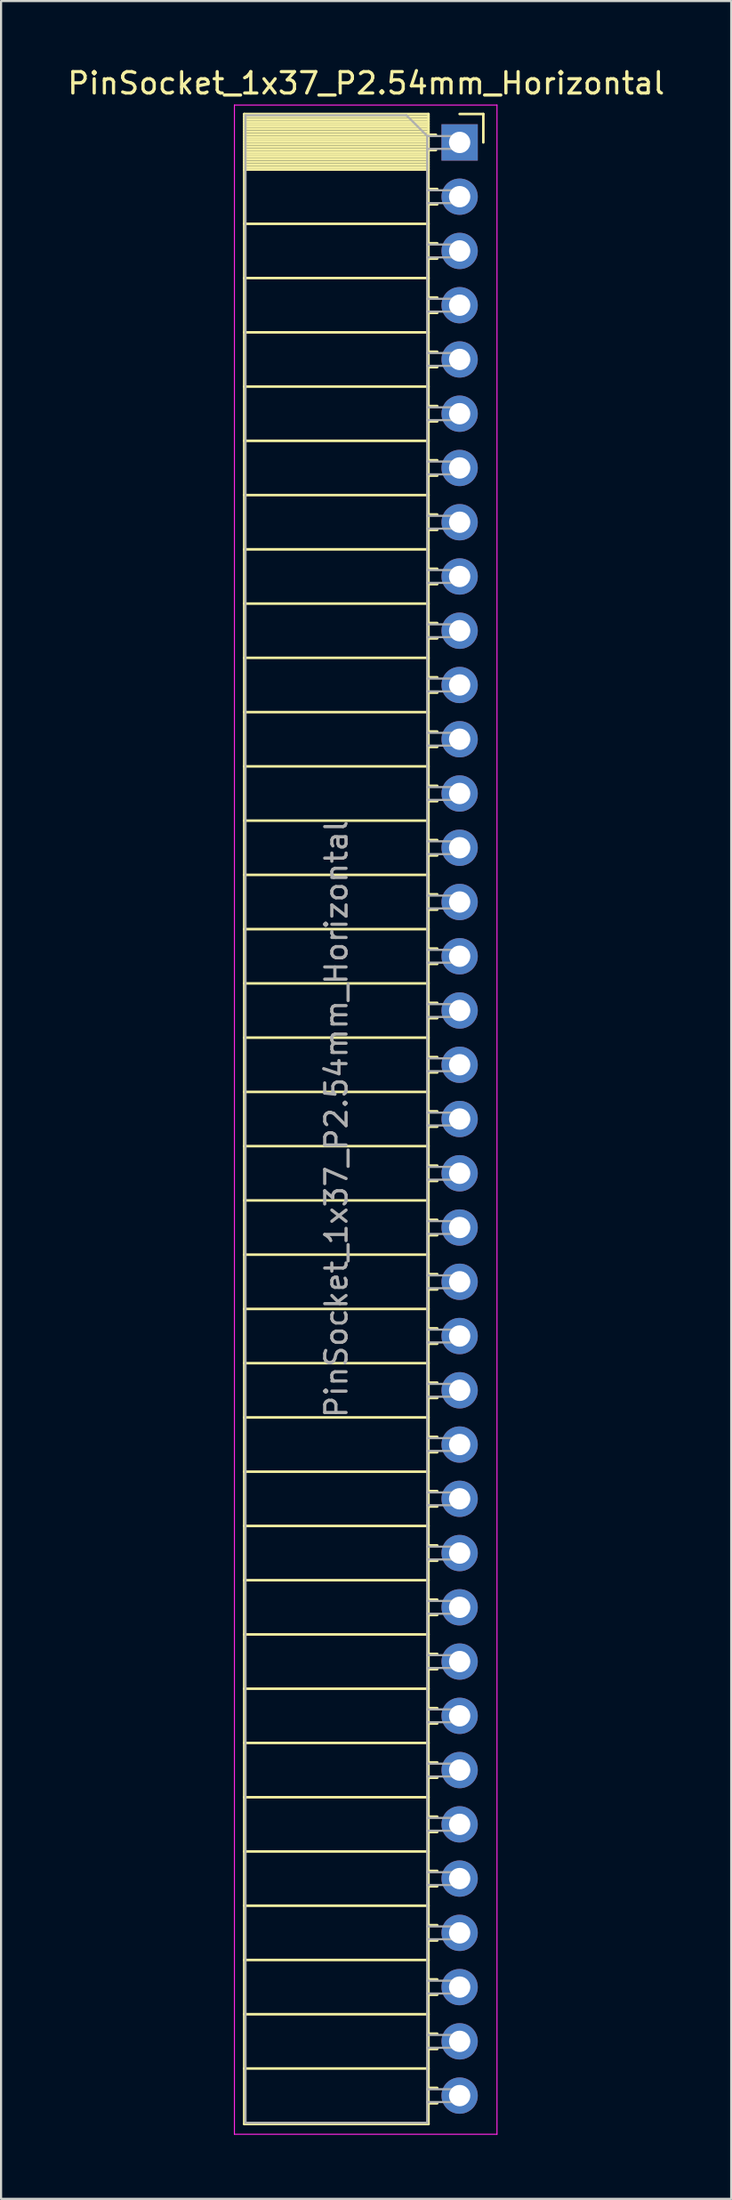
<source format=kicad_pcb>
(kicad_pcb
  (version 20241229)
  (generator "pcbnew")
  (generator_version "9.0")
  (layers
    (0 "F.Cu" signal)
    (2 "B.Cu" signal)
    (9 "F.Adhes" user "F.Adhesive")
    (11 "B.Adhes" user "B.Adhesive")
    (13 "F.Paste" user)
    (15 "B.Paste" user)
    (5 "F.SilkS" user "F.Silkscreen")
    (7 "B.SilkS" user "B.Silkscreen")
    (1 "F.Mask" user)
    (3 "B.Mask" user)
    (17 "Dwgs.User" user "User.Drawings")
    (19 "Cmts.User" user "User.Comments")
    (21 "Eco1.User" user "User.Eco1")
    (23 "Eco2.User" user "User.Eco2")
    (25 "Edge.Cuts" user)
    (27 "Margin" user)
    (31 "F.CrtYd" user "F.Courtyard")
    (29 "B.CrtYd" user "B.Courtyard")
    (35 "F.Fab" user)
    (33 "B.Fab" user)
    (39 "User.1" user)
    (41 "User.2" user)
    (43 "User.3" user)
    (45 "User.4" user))
  (footprint "PinSocket_1x37_P2.54mm_Horizontal"
    (layer "F.Cu")
    (at 18.481 3.618)
    (property "Reference" "PinSocket_1x37_P2.54mm_Horizontal" (at -4.38 -2.77 0) (layer "F.SilkS") (effects (font (size 1 1) (thickness 0.15))))
    (attr through_hole)
    (fp_line (start -10.09 -1.33) (end -10.09 92.77) (stroke (width 0.12) (type solid)) (layer "F.SilkS"))
    (fp_line (start -10.09 -1.33) (end -1.46 -1.33) (stroke (width 0.12) (type solid)) (layer "F.SilkS"))
    (fp_line (start -10.09 -1.21) (end -1.46 -1.21) (stroke (width 0.12) (type solid)) (layer "F.SilkS"))
    (fp_line (start -10.09 -1.092) (end -1.46 -1.092) (stroke (width 0.12) (type solid)) (layer "F.SilkS"))
    (fp_line (start -10.09 -0.974) (end -1.46 -0.974) (stroke (width 0.12) (type solid)) (layer "F.SilkS"))
    (fp_line (start -10.09 -0.856) (end -1.46 -0.856) (stroke (width 0.12) (type solid)) (layer "F.SilkS"))
    (fp_line (start -10.09 -0.738) (end -1.46 -0.738) (stroke (width 0.12) (type solid)) (layer "F.SilkS"))
    (fp_line (start -10.09 -0.62) (end -1.46 -0.62) (stroke (width 0.12) (type solid)) (layer "F.SilkS"))
    (fp_line (start -10.09 -0.501) (end -1.46 -0.501) (stroke (width 0.12) (type solid)) (layer "F.SilkS"))
    (fp_line (start -10.09 -0.383) (end -1.46 -0.383) (stroke (width 0.12) (type solid)) (layer "F.SilkS"))
    (fp_line (start -10.09 -0.265) (end -1.46 -0.265) (stroke (width 0.12) (type solid)) (layer "F.SilkS"))
    (fp_line (start -10.09 -0.147) (end -1.46 -0.147) (stroke (width 0.12) (type solid)) (layer "F.SilkS"))
    (fp_line (start -10.09 -0.029) (end -1.46 -0.029) (stroke (width 0.12) (type solid)) (layer "F.SilkS"))
    (fp_line (start -10.09 0.089) (end -1.46 0.089) (stroke (width 0.12) (type solid)) (layer "F.SilkS"))
    (fp_line (start -10.09 0.207) (end -1.46 0.207) (stroke (width 0.12) (type solid)) (layer "F.SilkS"))
    (fp_line (start -10.09 0.325) (end -1.46 0.325) (stroke (width 0.12) (type solid)) (layer "F.SilkS"))
    (fp_line (start -10.09 0.443) (end -1.46 0.443) (stroke (width 0.12) (type solid)) (layer "F.SilkS"))
    (fp_line (start -10.09 0.561) (end -1.46 0.561) (stroke (width 0.12) (type solid)) (layer "F.SilkS"))
    (fp_line (start -10.09 0.68) (end -1.46 0.68) (stroke (width 0.12) (type solid)) (layer "F.SilkS"))
    (fp_line (start -10.09 0.798) (end -1.46 0.798) (stroke (width 0.12) (type solid)) (layer "F.SilkS"))
    (fp_line (start -10.09 0.916) (end -1.46 0.916) (stroke (width 0.12) (type solid)) (layer "F.SilkS"))
    (fp_line (start -10.09 1.034) (end -1.46 1.034) (stroke (width 0.12) (type solid)) (layer "F.SilkS"))
    (fp_line (start -10.09 1.152) (end -1.46 1.152) (stroke (width 0.12) (type solid)) (layer "F.SilkS"))
    (fp_line (start -10.09 1.27) (end -1.46 1.27) (stroke (width 0.12) (type solid)) (layer "F.SilkS"))
    (fp_line (start -10.09 3.81) (end -1.46 3.81) (stroke (width 0.12) (type solid)) (layer "F.SilkS"))
    (fp_line (start -10.09 6.35) (end -1.46 6.35) (stroke (width 0.12) (type solid)) (layer "F.SilkS"))
    (fp_line (start -10.09 8.89) (end -1.46 8.89) (stroke (width 0.12) (type solid)) (layer "F.SilkS"))
    (fp_line (start -10.09 11.43) (end -1.46 11.43) (stroke (width 0.12) (type solid)) (layer "F.SilkS"))
    (fp_line (start -10.09 13.97) (end -1.46 13.97) (stroke (width 0.12) (type solid)) (layer "F.SilkS"))
    (fp_line (start -10.09 16.51) (end -1.46 16.51) (stroke (width 0.12) (type solid)) (layer "F.SilkS"))
    (fp_line (start -10.09 19.05) (end -1.46 19.05) (stroke (width 0.12) (type solid)) (layer "F.SilkS"))
    (fp_line (start -10.09 21.59) (end -1.46 21.59) (stroke (width 0.12) (type solid)) (layer "F.SilkS"))
    (fp_line (start -10.09 24.13) (end -1.46 24.13) (stroke (width 0.12) (type solid)) (layer "F.SilkS"))
    (fp_line (start -10.09 26.67) (end -1.46 26.67) (stroke (width 0.12) (type solid)) (layer "F.SilkS"))
    (fp_line (start -10.09 29.21) (end -1.46 29.21) (stroke (width 0.12) (type solid)) (layer "F.SilkS"))
    (fp_line (start -10.09 31.75) (end -1.46 31.75) (stroke (width 0.12) (type solid)) (layer "F.SilkS"))
    (fp_line (start -10.09 34.29) (end -1.46 34.29) (stroke (width 0.12) (type solid)) (layer "F.SilkS"))
    (fp_line (start -10.09 36.83) (end -1.46 36.83) (stroke (width 0.12) (type solid)) (layer "F.SilkS"))
    (fp_line (start -10.09 39.37) (end -1.46 39.37) (stroke (width 0.12) (type solid)) (layer "F.SilkS"))
    (fp_line (start -10.09 41.91) (end -1.46 41.91) (stroke (width 0.12) (type solid)) (layer "F.SilkS"))
    (fp_line (start -10.09 44.45) (end -1.46 44.45) (stroke (width 0.12) (type solid)) (layer "F.SilkS"))
    (fp_line (start -10.09 46.99) (end -1.46 46.99) (stroke (width 0.12) (type solid)) (layer "F.SilkS"))
    (fp_line (start -10.09 49.53) (end -1.46 49.53) (stroke (width 0.12) (type solid)) (layer "F.SilkS"))
    (fp_line (start -10.09 52.07) (end -1.46 52.07) (stroke (width 0.12) (type solid)) (layer "F.SilkS"))
    (fp_line (start -10.09 54.61) (end -1.46 54.61) (stroke (width 0.12) (type solid)) (layer "F.SilkS"))
    (fp_line (start -10.09 57.15) (end -1.46 57.15) (stroke (width 0.12) (type solid)) (layer "F.SilkS"))
    (fp_line (start -10.09 59.69) (end -1.46 59.69) (stroke (width 0.12) (type solid)) (layer "F.SilkS"))
    (fp_line (start -10.09 62.23) (end -1.46 62.23) (stroke (width 0.12) (type solid)) (layer "F.SilkS"))
    (fp_line (start -10.09 64.77) (end -1.46 64.77) (stroke (width 0.12) (type solid)) (layer "F.SilkS"))
    (fp_line (start -10.09 67.31) (end -1.46 67.31) (stroke (width 0.12) (type solid)) (layer "F.SilkS"))
    (fp_line (start -10.09 69.85) (end -1.46 69.85) (stroke (width 0.12) (type solid)) (layer "F.SilkS"))
    (fp_line (start -10.09 72.39) (end -1.46 72.39) (stroke (width 0.12) (type solid)) (layer "F.SilkS"))
    (fp_line (start -10.09 74.93) (end -1.46 74.93) (stroke (width 0.12) (type solid)) (layer "F.SilkS"))
    (fp_line (start -10.09 77.47) (end -1.46 77.47) (stroke (width 0.12) (type solid)) (layer "F.SilkS"))
    (fp_line (start -10.09 80.01) (end -1.46 80.01) (stroke (width 0.12) (type solid)) (layer "F.SilkS"))
    (fp_line (start -10.09 82.55) (end -1.46 82.55) (stroke (width 0.12) (type solid)) (layer "F.SilkS"))
    (fp_line (start -10.09 85.09) (end -1.46 85.09) (stroke (width 0.12) (type solid)) (layer "F.SilkS"))
    (fp_line (start -10.09 87.63) (end -1.46 87.63) (stroke (width 0.12) (type solid)) (layer "F.SilkS"))
    (fp_line (start -10.09 90.17) (end -1.46 90.17) (stroke (width 0.12) (type solid)) (layer "F.SilkS"))
    (fp_line (start -10.09 92.77) (end -1.46 92.77) (stroke (width 0.12) (type solid)) (layer "F.SilkS"))
    (fp_line (start -1.46 -1.33) (end -1.46 92.77) (stroke (width 0.12) (type solid)) (layer "F.SilkS"))
    (fp_line (start -1.46 -0.36) (end -1.11 -0.36) (stroke (width 0.12) (type solid)) (layer "F.SilkS"))
    (fp_line (start -1.46 0.36) (end -1.11 0.36) (stroke (width 0.12) (type solid)) (layer "F.SilkS"))
    (fp_line (start -1.46 2.18) (end -1.05 2.18) (stroke (width 0.12) (type solid)) (layer "F.SilkS"))
    (fp_line (start -1.46 2.9) (end -1.05 2.9) (stroke (width 0.12) (type solid)) (layer "F.SilkS"))
    (fp_line (start -1.46 4.72) (end -1.05 4.72) (stroke (width 0.12) (type solid)) (layer "F.SilkS"))
    (fp_line (start -1.46 5.44) (end -1.05 5.44) (stroke (width 0.12) (type solid)) (layer "F.SilkS"))
    (fp_line (start -1.46 7.26) (end -1.05 7.26) (stroke (width 0.12) (type solid)) (layer "F.SilkS"))
    (fp_line (start -1.46 7.98) (end -1.05 7.98) (stroke (width 0.12) (type solid)) (layer "F.SilkS"))
    (fp_line (start -1.46 9.8) (end -1.05 9.8) (stroke (width 0.12) (type solid)) (layer "F.SilkS"))
    (fp_line (start -1.46 10.52) (end -1.05 10.52) (stroke (width 0.12) (type solid)) (layer "F.SilkS"))
    (fp_line (start -1.46 12.34) (end -1.05 12.34) (stroke (width 0.12) (type solid)) (layer "F.SilkS"))
    (fp_line (start -1.46 13.06) (end -1.05 13.06) (stroke (width 0.12) (type solid)) (layer "F.SilkS"))
    (fp_line (start -1.46 14.88) (end -1.05 14.88) (stroke (width 0.12) (type solid)) (layer "F.SilkS"))
    (fp_line (start -1.46 15.6) (end -1.05 15.6) (stroke (width 0.12) (type solid)) (layer "F.SilkS"))
    (fp_line (start -1.46 17.42) (end -1.05 17.42) (stroke (width 0.12) (type solid)) (layer "F.SilkS"))
    (fp_line (start -1.46 18.14) (end -1.05 18.14) (stroke (width 0.12) (type solid)) (layer "F.SilkS"))
    (fp_line (start -1.46 19.96) (end -1.05 19.96) (stroke (width 0.12) (type solid)) (layer "F.SilkS"))
    (fp_line (start -1.46 20.68) (end -1.05 20.68) (stroke (width 0.12) (type solid)) (layer "F.SilkS"))
    (fp_line (start -1.46 22.5) (end -1.05 22.5) (stroke (width 0.12) (type solid)) (layer "F.SilkS"))
    (fp_line (start -1.46 23.22) (end -1.05 23.22) (stroke (width 0.12) (type solid)) (layer "F.SilkS"))
    (fp_line (start -1.46 25.04) (end -1.05 25.04) (stroke (width 0.12) (type solid)) (layer "F.SilkS"))
    (fp_line (start -1.46 25.76) (end -1.05 25.76) (stroke (width 0.12) (type solid)) (layer "F.SilkS"))
    (fp_line (start -1.46 27.58) (end -1.05 27.58) (stroke (width 0.12) (type solid)) (layer "F.SilkS"))
    (fp_line (start -1.46 28.3) (end -1.05 28.3) (stroke (width 0.12) (type solid)) (layer "F.SilkS"))
    (fp_line (start -1.46 30.12) (end -1.05 30.12) (stroke (width 0.12) (type solid)) (layer "F.SilkS"))
    (fp_line (start -1.46 30.84) (end -1.05 30.84) (stroke (width 0.12) (type solid)) (layer "F.SilkS"))
    (fp_line (start -1.46 32.66) (end -1.05 32.66) (stroke (width 0.12) (type solid)) (layer "F.SilkS"))
    (fp_line (start -1.46 33.38) (end -1.05 33.38) (stroke (width 0.12) (type solid)) (layer "F.SilkS"))
    (fp_line (start -1.46 35.2) (end -1.05 35.2) (stroke (width 0.12) (type solid)) (layer "F.SilkS"))
    (fp_line (start -1.46 35.92) (end -1.05 35.92) (stroke (width 0.12) (type solid)) (layer "F.SilkS"))
    (fp_line (start -1.46 37.74) (end -1.05 37.74) (stroke (width 0.12) (type solid)) (layer "F.SilkS"))
    (fp_line (start -1.46 38.46) (end -1.05 38.46) (stroke (width 0.12) (type solid)) (layer "F.SilkS"))
    (fp_line (start -1.46 40.28) (end -1.05 40.28) (stroke (width 0.12) (type solid)) (layer "F.SilkS"))
    (fp_line (start -1.46 41) (end -1.05 41) (stroke (width 0.12) (type solid)) (layer "F.SilkS"))
    (fp_line (start -1.46 42.82) (end -1.05 42.82) (stroke (width 0.12) (type solid)) (layer "F.SilkS"))
    (fp_line (start -1.46 43.54) (end -1.05 43.54) (stroke (width 0.12) (type solid)) (layer "F.SilkS"))
    (fp_line (start -1.46 45.36) (end -1.05 45.36) (stroke (width 0.12) (type solid)) (layer "F.SilkS"))
    (fp_line (start -1.46 46.08) (end -1.05 46.08) (stroke (width 0.12) (type solid)) (layer "F.SilkS"))
    (fp_line (start -1.46 47.9) (end -1.05 47.9) (stroke (width 0.12) (type solid)) (layer "F.SilkS"))
    (fp_line (start -1.46 48.62) (end -1.05 48.62) (stroke (width 0.12) (type solid)) (layer "F.SilkS"))
    (fp_line (start -1.46 50.44) (end -1.05 50.44) (stroke (width 0.12) (type solid)) (layer "F.SilkS"))
    (fp_line (start -1.46 51.16) (end -1.05 51.16) (stroke (width 0.12) (type solid)) (layer "F.SilkS"))
    (fp_line (start -1.46 52.98) (end -1.05 52.98) (stroke (width 0.12) (type solid)) (layer "F.SilkS"))
    (fp_line (start -1.46 53.7) (end -1.05 53.7) (stroke (width 0.12) (type solid)) (layer "F.SilkS"))
    (fp_line (start -1.46 55.52) (end -1.05 55.52) (stroke (width 0.12) (type solid)) (layer "F.SilkS"))
    (fp_line (start -1.46 56.24) (end -1.05 56.24) (stroke (width 0.12) (type solid)) (layer "F.SilkS"))
    (fp_line (start -1.46 58.06) (end -1.05 58.06) (stroke (width 0.12) (type solid)) (layer "F.SilkS"))
    (fp_line (start -1.46 58.78) (end -1.05 58.78) (stroke (width 0.12) (type solid)) (layer "F.SilkS"))
    (fp_line (start -1.46 60.6) (end -1.05 60.6) (stroke (width 0.12) (type solid)) (layer "F.SilkS"))
    (fp_line (start -1.46 61.32) (end -1.05 61.32) (stroke (width 0.12) (type solid)) (layer "F.SilkS"))
    (fp_line (start -1.46 63.14) (end -1.05 63.14) (stroke (width 0.12) (type solid)) (layer "F.SilkS"))
    (fp_line (start -1.46 63.86) (end -1.05 63.86) (stroke (width 0.12) (type solid)) (layer "F.SilkS"))
    (fp_line (start -1.46 65.68) (end -1.05 65.68) (stroke (width 0.12) (type solid)) (layer "F.SilkS"))
    (fp_line (start -1.46 66.4) (end -1.05 66.4) (stroke (width 0.12) (type solid)) (layer "F.SilkS"))
    (fp_line (start -1.46 68.22) (end -1.05 68.22) (stroke (width 0.12) (type solid)) (layer "F.SilkS"))
    (fp_line (start -1.46 68.94) (end -1.05 68.94) (stroke (width 0.12) (type solid)) (layer "F.SilkS"))
    (fp_line (start -1.46 70.76) (end -1.05 70.76) (stroke (width 0.12) (type solid)) (layer "F.SilkS"))
    (fp_line (start -1.46 71.48) (end -1.05 71.48) (stroke (width 0.12) (type solid)) (layer "F.SilkS"))
    (fp_line (start -1.46 73.3) (end -1.05 73.3) (stroke (width 0.12) (type solid)) (layer "F.SilkS"))
    (fp_line (start -1.46 74.02) (end -1.05 74.02) (stroke (width 0.12) (type solid)) (layer "F.SilkS"))
    (fp_line (start -1.46 75.84) (end -1.05 75.84) (stroke (width 0.12) (type solid)) (layer "F.SilkS"))
    (fp_line (start -1.46 76.56) (end -1.05 76.56) (stroke (width 0.12) (type solid)) (layer "F.SilkS"))
    (fp_line (start -1.46 78.38) (end -1.05 78.38) (stroke (width 0.12) (type solid)) (layer "F.SilkS"))
    (fp_line (start -1.46 79.1) (end -1.05 79.1) (stroke (width 0.12) (type solid)) (layer "F.SilkS"))
    (fp_line (start -1.46 80.92) (end -1.05 80.92) (stroke (width 0.12) (type solid)) (layer "F.SilkS"))
    (fp_line (start -1.46 81.64) (end -1.05 81.64) (stroke (width 0.12) (type solid)) (layer "F.SilkS"))
    (fp_line (start -1.46 83.46) (end -1.05 83.46) (stroke (width 0.12) (type solid)) (layer "F.SilkS"))
    (fp_line (start -1.46 84.18) (end -1.05 84.18) (stroke (width 0.12) (type solid)) (layer "F.SilkS"))
    (fp_line (start -1.46 86) (end -1.05 86) (stroke (width 0.12) (type solid)) (layer "F.SilkS"))
    (fp_line (start -1.46 86.72) (end -1.05 86.72) (stroke (width 0.12) (type solid)) (layer "F.SilkS"))
    (fp_line (start -1.46 88.54) (end -1.05 88.54) (stroke (width 0.12) (type solid)) (layer "F.SilkS"))
    (fp_line (start -1.46 89.26) (end -1.05 89.26) (stroke (width 0.12) (type solid)) (layer "F.SilkS"))
    (fp_line (start -1.46 91.08) (end -1.05 91.08) (stroke (width 0.12) (type solid)) (layer "F.SilkS"))
    (fp_line (start -1.46 91.8) (end -1.05 91.8) (stroke (width 0.12) (type solid)) (layer "F.SilkS"))
    (fp_line (start 0 -1.33) (end 1.11 -1.33) (stroke (width 0.12) (type solid)) (layer "F.SilkS"))
    (fp_line (start 1.11 -1.33) (end 1.11 0) (stroke (width 0.12) (type solid)) (layer "F.SilkS"))
    (fp_line (start -10.55 -1.75) (end -10.55 93.25) (stroke (width 0.05) (type solid)) (layer "F.CrtYd"))
    (fp_line (start -10.55 93.25) (end 1.75 93.25) (stroke (width 0.05) (type solid)) (layer "F.CrtYd"))
    (fp_line (start 1.75 -1.75) (end -10.55 -1.75) (stroke (width 0.05) (type solid)) (layer "F.CrtYd"))
    (fp_line (start 1.75 93.25) (end 1.75 -1.75) (stroke (width 0.05) (type solid)) (layer "F.CrtYd"))
    (fp_line (start -10.03 -1.27) (end -2.49 -1.27) (stroke (width 0.1) (type solid)) (layer "F.Fab"))
    (fp_line (start -10.03 92.71) (end -10.03 -1.27) (stroke (width 0.1) (type solid)) (layer "F.Fab"))
    (fp_line (start -2.49 -1.27) (end -1.52 -0.3) (stroke (width 0.1) (type solid)) (layer "F.Fab"))
    (fp_line (start -1.52 -0.3) (end -1.52 92.71) (stroke (width 0.1) (type solid)) (layer "F.Fab"))
    (fp_line (start -1.52 0.3) (end 0 0.3) (stroke (width 0.1) (type solid)) (layer "F.Fab"))
    (fp_line (start -1.52 2.84) (end 0 2.84) (stroke (width 0.1) (type solid)) (layer "F.Fab"))
    (fp_line (start -1.52 5.38) (end 0 5.38) (stroke (width 0.1) (type solid)) (layer "F.Fab"))
    (fp_line (start -1.52 7.92) (end 0 7.92) (stroke (width 0.1) (type solid)) (layer "F.Fab"))
    (fp_line (start -1.52 10.46) (end 0 10.46) (stroke (width 0.1) (type solid)) (layer "F.Fab"))
    (fp_line (start -1.52 13) (end 0 13) (stroke (width 0.1) (type solid)) (layer "F.Fab"))
    (fp_line (start -1.52 15.54) (end 0 15.54) (stroke (width 0.1) (type solid)) (layer "F.Fab"))
    (fp_line (start -1.52 18.08) (end 0 18.08) (stroke (width 0.1) (type solid)) (layer "F.Fab"))
    (fp_line (start -1.52 20.62) (end 0 20.62) (stroke (width 0.1) (type solid)) (layer "F.Fab"))
    (fp_line (start -1.52 23.16) (end 0 23.16) (stroke (width 0.1) (type solid)) (layer "F.Fab"))
    (fp_line (start -1.52 25.7) (end 0 25.7) (stroke (width 0.1) (type solid)) (layer "F.Fab"))
    (fp_line (start -1.52 28.24) (end 0 28.24) (stroke (width 0.1) (type solid)) (layer "F.Fab"))
    (fp_line (start -1.52 30.78) (end 0 30.78) (stroke (width 0.1) (type solid)) (layer "F.Fab"))
    (fp_line (start -1.52 33.32) (end 0 33.32) (stroke (width 0.1) (type solid)) (layer "F.Fab"))
    (fp_line (start -1.52 35.86) (end 0 35.86) (stroke (width 0.1) (type solid)) (layer "F.Fab"))
    (fp_line (start -1.52 38.4) (end 0 38.4) (stroke (width 0.1) (type solid)) (layer "F.Fab"))
    (fp_line (start -1.52 40.94) (end 0 40.94) (stroke (width 0.1) (type solid)) (layer "F.Fab"))
    (fp_line (start -1.52 43.48) (end 0 43.48) (stroke (width 0.1) (type solid)) (layer "F.Fab"))
    (fp_line (start -1.52 46.02) (end 0 46.02) (stroke (width 0.1) (type solid)) (layer "F.Fab"))
    (fp_line (start -1.52 48.56) (end 0 48.56) (stroke (width 0.1) (type solid)) (layer "F.Fab"))
    (fp_line (start -1.52 51.1) (end 0 51.1) (stroke (width 0.1) (type solid)) (layer "F.Fab"))
    (fp_line (start -1.52 53.64) (end 0 53.64) (stroke (width 0.1) (type solid)) (layer "F.Fab"))
    (fp_line (start -1.52 56.18) (end 0 56.18) (stroke (width 0.1) (type solid)) (layer "F.Fab"))
    (fp_line (start -1.52 58.72) (end 0 58.72) (stroke (width 0.1) (type solid)) (layer "F.Fab"))
    (fp_line (start -1.52 61.26) (end 0 61.26) (stroke (width 0.1) (type solid)) (layer "F.Fab"))
    (fp_line (start -1.52 63.8) (end 0 63.8) (stroke (width 0.1) (type solid)) (layer "F.Fab"))
    (fp_line (start -1.52 66.34) (end 0 66.34) (stroke (width 0.1) (type solid)) (layer "F.Fab"))
    (fp_line (start -1.52 68.88) (end 0 68.88) (stroke (width 0.1) (type solid)) (layer "F.Fab"))
    (fp_line (start -1.52 71.42) (end 0 71.42) (stroke (width 0.1) (type solid)) (layer "F.Fab"))
    (fp_line (start -1.52 73.96) (end 0 73.96) (stroke (width 0.1) (type solid)) (layer "F.Fab"))
    (fp_line (start -1.52 76.5) (end 0 76.5) (stroke (width 0.1) (type solid)) (layer "F.Fab"))
    (fp_line (start -1.52 79.04) (end 0 79.04) (stroke (width 0.1) (type solid)) (layer "F.Fab"))
    (fp_line (start -1.52 81.58) (end 0 81.58) (stroke (width 0.1) (type solid)) (layer "F.Fab"))
    (fp_line (start -1.52 84.12) (end 0 84.12) (stroke (width 0.1) (type solid)) (layer "F.Fab"))
    (fp_line (start -1.52 86.66) (end 0 86.66) (stroke (width 0.1) (type solid)) (layer "F.Fab"))
    (fp_line (start -1.52 89.2) (end 0 89.2) (stroke (width 0.1) (type solid)) (layer "F.Fab"))
    (fp_line (start -1.52 91.74) (end 0 91.74) (stroke (width 0.1) (type solid)) (layer "F.Fab"))
    (fp_line (start -1.52 92.71) (end -10.03 92.71) (stroke (width 0.1) (type solid)) (layer "F.Fab"))
    (fp_line (start 0 -0.3) (end -1.52 -0.3) (stroke (width 0.1) (type solid)) (layer "F.Fab"))
    (fp_line (start 0 0.3) (end 0 -0.3) (stroke (width 0.1) (type solid)) (layer "F.Fab"))
    (fp_line (start 0 2.24) (end -1.52 2.24) (stroke (width 0.1) (type solid)) (layer "F.Fab"))
    (fp_line (start 0 2.84) (end 0 2.24) (stroke (width 0.1) (type solid)) (layer "F.Fab"))
    (fp_line (start 0 4.78) (end -1.52 4.78) (stroke (width 0.1) (type solid)) (layer "F.Fab"))
    (fp_line (start 0 5.38) (end 0 4.78) (stroke (width 0.1) (type solid)) (layer "F.Fab"))
    (fp_line (start 0 7.32) (end -1.52 7.32) (stroke (width 0.1) (type solid)) (layer "F.Fab"))
    (fp_line (start 0 7.92) (end 0 7.32) (stroke (width 0.1) (type solid)) (layer "F.Fab"))
    (fp_line (start 0 9.86) (end -1.52 9.86) (stroke (width 0.1) (type solid)) (layer "F.Fab"))
    (fp_line (start 0 10.46) (end 0 9.86) (stroke (width 0.1) (type solid)) (layer "F.Fab"))
    (fp_line (start 0 12.4) (end -1.52 12.4) (stroke (width 0.1) (type solid)) (layer "F.Fab"))
    (fp_line (start 0 13) (end 0 12.4) (stroke (width 0.1) (type solid)) (layer "F.Fab"))
    (fp_line (start 0 14.94) (end -1.52 14.94) (stroke (width 0.1) (type solid)) (layer "F.Fab"))
    (fp_line (start 0 15.54) (end 0 14.94) (stroke (width 0.1) (type solid)) (layer "F.Fab"))
    (fp_line (start 0 17.48) (end -1.52 17.48) (stroke (width 0.1) (type solid)) (layer "F.Fab"))
    (fp_line (start 0 18.08) (end 0 17.48) (stroke (width 0.1) (type solid)) (layer "F.Fab"))
    (fp_line (start 0 20.02) (end -1.52 20.02) (stroke (width 0.1) (type solid)) (layer "F.Fab"))
    (fp_line (start 0 20.62) (end 0 20.02) (stroke (width 0.1) (type solid)) (layer "F.Fab"))
    (fp_line (start 0 22.56) (end -1.52 22.56) (stroke (width 0.1) (type solid)) (layer "F.Fab"))
    (fp_line (start 0 23.16) (end 0 22.56) (stroke (width 0.1) (type solid)) (layer "F.Fab"))
    (fp_line (start 0 25.1) (end -1.52 25.1) (stroke (width 0.1) (type solid)) (layer "F.Fab"))
    (fp_line (start 0 25.7) (end 0 25.1) (stroke (width 0.1) (type solid)) (layer "F.Fab"))
    (fp_line (start 0 27.64) (end -1.52 27.64) (stroke (width 0.1) (type solid)) (layer "F.Fab"))
    (fp_line (start 0 28.24) (end 0 27.64) (stroke (width 0.1) (type solid)) (layer "F.Fab"))
    (fp_line (start 0 30.18) (end -1.52 30.18) (stroke (width 0.1) (type solid)) (layer "F.Fab"))
    (fp_line (start 0 30.78) (end 0 30.18) (stroke (width 0.1) (type solid)) (layer "F.Fab"))
    (fp_line (start 0 32.72) (end -1.52 32.72) (stroke (width 0.1) (type solid)) (layer "F.Fab"))
    (fp_line (start 0 33.32) (end 0 32.72) (stroke (width 0.1) (type solid)) (layer "F.Fab"))
    (fp_line (start 0 35.26) (end -1.52 35.26) (stroke (width 0.1) (type solid)) (layer "F.Fab"))
    (fp_line (start 0 35.86) (end 0 35.26) (stroke (width 0.1) (type solid)) (layer "F.Fab"))
    (fp_line (start 0 37.8) (end -1.52 37.8) (stroke (width 0.1) (type solid)) (layer "F.Fab"))
    (fp_line (start 0 38.4) (end 0 37.8) (stroke (width 0.1) (type solid)) (layer "F.Fab"))
    (fp_line (start 0 40.34) (end -1.52 40.34) (stroke (width 0.1) (type solid)) (layer "F.Fab"))
    (fp_line (start 0 40.94) (end 0 40.34) (stroke (width 0.1) (type solid)) (layer "F.Fab"))
    (fp_line (start 0 42.88) (end -1.52 42.88) (stroke (width 0.1) (type solid)) (layer "F.Fab"))
    (fp_line (start 0 43.48) (end 0 42.88) (stroke (width 0.1) (type solid)) (layer "F.Fab"))
    (fp_line (start 0 45.42) (end -1.52 45.42) (stroke (width 0.1) (type solid)) (layer "F.Fab"))
    (fp_line (start 0 46.02) (end 0 45.42) (stroke (width 0.1) (type solid)) (layer "F.Fab"))
    (fp_line (start 0 47.96) (end -1.52 47.96) (stroke (width 0.1) (type solid)) (layer "F.Fab"))
    (fp_line (start 0 48.56) (end 0 47.96) (stroke (width 0.1) (type solid)) (layer "F.Fab"))
    (fp_line (start 0 50.5) (end -1.52 50.5) (stroke (width 0.1) (type solid)) (layer "F.Fab"))
    (fp_line (start 0 51.1) (end 0 50.5) (stroke (width 0.1) (type solid)) (layer "F.Fab"))
    (fp_line (start 0 53.04) (end -1.52 53.04) (stroke (width 0.1) (type solid)) (layer "F.Fab"))
    (fp_line (start 0 53.64) (end 0 53.04) (stroke (width 0.1) (type solid)) (layer "F.Fab"))
    (fp_line (start 0 55.58) (end -1.52 55.58) (stroke (width 0.1) (type solid)) (layer "F.Fab"))
    (fp_line (start 0 56.18) (end 0 55.58) (stroke (width 0.1) (type solid)) (layer "F.Fab"))
    (fp_line (start 0 58.12) (end -1.52 58.12) (stroke (width 0.1) (type solid)) (layer "F.Fab"))
    (fp_line (start 0 58.72) (end 0 58.12) (stroke (width 0.1) (type solid)) (layer "F.Fab"))
    (fp_line (start 0 60.66) (end -1.52 60.66) (stroke (width 0.1) (type solid)) (layer "F.Fab"))
    (fp_line (start 0 61.26) (end 0 60.66) (stroke (width 0.1) (type solid)) (layer "F.Fab"))
    (fp_line (start 0 63.2) (end -1.52 63.2) (stroke (width 0.1) (type solid)) (layer "F.Fab"))
    (fp_line (start 0 63.8) (end 0 63.2) (stroke (width 0.1) (type solid)) (layer "F.Fab"))
    (fp_line (start 0 65.74) (end -1.52 65.74) (stroke (width 0.1) (type solid)) (layer "F.Fab"))
    (fp_line (start 0 66.34) (end 0 65.74) (stroke (width 0.1) (type solid)) (layer "F.Fab"))
    (fp_line (start 0 68.28) (end -1.52 68.28) (stroke (width 0.1) (type solid)) (layer "F.Fab"))
    (fp_line (start 0 68.88) (end 0 68.28) (stroke (width 0.1) (type solid)) (layer "F.Fab"))
    (fp_line (start 0 70.82) (end -1.52 70.82) (stroke (width 0.1) (type solid)) (layer "F.Fab"))
    (fp_line (start 0 71.42) (end 0 70.82) (stroke (width 0.1) (type solid)) (layer "F.Fab"))
    (fp_line (start 0 73.36) (end -1.52 73.36) (stroke (width 0.1) (type solid)) (layer "F.Fab"))
    (fp_line (start 0 73.96) (end 0 73.36) (stroke (width 0.1) (type solid)) (layer "F.Fab"))
    (fp_line (start 0 75.9) (end -1.52 75.9) (stroke (width 0.1) (type solid)) (layer "F.Fab"))
    (fp_line (start 0 76.5) (end 0 75.9) (stroke (width 0.1) (type solid)) (layer "F.Fab"))
    (fp_line (start 0 78.44) (end -1.52 78.44) (stroke (width 0.1) (type solid)) (layer "F.Fab"))
    (fp_line (start 0 79.04) (end 0 78.44) (stroke (width 0.1) (type solid)) (layer "F.Fab"))
    (fp_line (start 0 80.98) (end -1.52 80.98) (stroke (width 0.1) (type solid)) (layer "F.Fab"))
    (fp_line (start 0 81.58) (end 0 80.98) (stroke (width 0.1) (type solid)) (layer "F.Fab"))
    (fp_line (start 0 83.52) (end -1.52 83.52) (stroke (width 0.1) (type solid)) (layer "F.Fab"))
    (fp_line (start 0 84.12) (end 0 83.52) (stroke (width 0.1) (type solid)) (layer "F.Fab"))
    (fp_line (start 0 86.06) (end -1.52 86.06) (stroke (width 0.1) (type solid)) (layer "F.Fab"))
    (fp_line (start 0 86.66) (end 0 86.06) (stroke (width 0.1) (type solid)) (layer "F.Fab"))
    (fp_line (start 0 88.6) (end -1.52 88.6) (stroke (width 0.1) (type solid)) (layer "F.Fab"))
    (fp_line (start 0 89.2) (end 0 88.6) (stroke (width 0.1) (type solid)) (layer "F.Fab"))
    (fp_line (start 0 91.14) (end -1.52 91.14) (stroke (width 0.1) (type solid)) (layer "F.Fab"))
    (fp_line (start 0 91.74) (end 0 91.14) (stroke (width 0.1) (type solid)) (layer "F.Fab"))
    (fp_text user "${REFERENCE}" (at -5.775 45.72 90) (layer "F.Fab") (effects (font (size 1 1) (thickness 0.15))))
    (pad "1" thru_hole rect (at 0 0) (size 1.7 1.7) (drill 1) (layers "*.Cu" "*.Mask"))
    (pad "2" thru_hole circle (at 0 2.54) (size 1.7 1.7) (drill 1) (layers "*.Cu" "*.Mask"))
    (pad "3" thru_hole circle (at 0 5.08) (size 1.7 1.7) (drill 1) (layers "*.Cu" "*.Mask"))
    (pad "4" thru_hole circle (at 0 7.62) (size 1.7 1.7) (drill 1) (layers "*.Cu" "*.Mask"))
    (pad "5" thru_hole circle (at 0 10.16) (size 1.7 1.7) (drill 1) (layers "*.Cu" "*.Mask"))
    (pad "6" thru_hole circle (at 0 12.7) (size 1.7 1.7) (drill 1) (layers "*.Cu" "*.Mask"))
    (pad "7" thru_hole circle (at 0 15.24) (size 1.7 1.7) (drill 1) (layers "*.Cu" "*.Mask"))
    (pad "8" thru_hole circle (at 0 17.78) (size 1.7 1.7) (drill 1) (layers "*.Cu" "*.Mask"))
    (pad "9" thru_hole circle (at 0 20.32) (size 1.7 1.7) (drill 1) (layers "*.Cu" "*.Mask"))
    (pad "10" thru_hole circle (at 0 22.86) (size 1.7 1.7) (drill 1) (layers "*.Cu" "*.Mask"))
    (pad "11" thru_hole circle (at 0 25.4) (size 1.7 1.7) (drill 1) (layers "*.Cu" "*.Mask"))
    (pad "12" thru_hole circle (at 0 27.94) (size 1.7 1.7) (drill 1) (layers "*.Cu" "*.Mask"))
    (pad "13" thru_hole circle (at 0 30.48) (size 1.7 1.7) (drill 1) (layers "*.Cu" "*.Mask"))
    (pad "14" thru_hole circle (at 0 33.02) (size 1.7 1.7) (drill 1) (layers "*.Cu" "*.Mask"))
    (pad "15" thru_hole circle (at 0 35.56) (size 1.7 1.7) (drill 1) (layers "*.Cu" "*.Mask"))
    (pad "16" thru_hole circle (at 0 38.1) (size 1.7 1.7) (drill 1) (layers "*.Cu" "*.Mask"))
    (pad "17" thru_hole circle (at 0 40.64) (size 1.7 1.7) (drill 1) (layers "*.Cu" "*.Mask"))
    (pad "18" thru_hole circle (at 0 43.18) (size 1.7 1.7) (drill 1) (layers "*.Cu" "*.Mask"))
    (pad "19" thru_hole circle (at 0 45.72) (size 1.7 1.7) (drill 1) (layers "*.Cu" "*.Mask"))
    (pad "20" thru_hole circle (at 0 48.26) (size 1.7 1.7) (drill 1) (layers "*.Cu" "*.Mask"))
    (pad "21" thru_hole circle (at 0 50.8) (size 1.7 1.7) (drill 1) (layers "*.Cu" "*.Mask"))
    (pad "22" thru_hole circle (at 0 53.34) (size 1.7 1.7) (drill 1) (layers "*.Cu" "*.Mask"))
    (pad "23" thru_hole circle (at 0 55.88) (size 1.7 1.7) (drill 1) (layers "*.Cu" "*.Mask"))
    (pad "24" thru_hole circle (at 0 58.42) (size 1.7 1.7) (drill 1) (layers "*.Cu" "*.Mask"))
    (pad "25" thru_hole circle (at 0 60.96) (size 1.7 1.7) (drill 1) (layers "*.Cu" "*.Mask"))
    (pad "26" thru_hole circle (at 0 63.5) (size 1.7 1.7) (drill 1) (layers "*.Cu" "*.Mask"))
    (pad "27" thru_hole circle (at 0 66.04) (size 1.7 1.7) (drill 1) (layers "*.Cu" "*.Mask"))
    (pad "28" thru_hole circle (at 0 68.58) (size 1.7 1.7) (drill 1) (layers "*.Cu" "*.Mask"))
    (pad "29" thru_hole circle (at 0 71.12) (size 1.7 1.7) (drill 1) (layers "*.Cu" "*.Mask"))
    (pad "30" thru_hole circle (at 0 73.66) (size 1.7 1.7) (drill 1) (layers "*.Cu" "*.Mask"))
    (pad "31" thru_hole circle (at 0 76.2) (size 1.7 1.7) (drill 1) (layers "*.Cu" "*.Mask"))
    (pad "32" thru_hole circle (at 0 78.74) (size 1.7 1.7) (drill 1) (layers "*.Cu" "*.Mask"))
    (pad "33" thru_hole circle (at 0 81.28) (size 1.7 1.7) (drill 1) (layers "*.Cu" "*.Mask"))
    (pad "34" thru_hole circle (at 0 83.82) (size 1.7 1.7) (drill 1) (layers "*.Cu" "*.Mask"))
    (pad "35" thru_hole circle (at 0 86.36) (size 1.7 1.7) (drill 1) (layers "*.Cu" "*.Mask"))
    (pad "36" thru_hole circle (at 0 88.9) (size 1.7 1.7) (drill 1) (layers "*.Cu" "*.Mask"))
    (pad "37" thru_hole circle (at 0 91.44) (size 1.7 1.7) (drill 1) (layers "*.Cu" "*.Mask")))
  (gr_rect
    (start -3 -3)
    (end 31.202 99.893)
    (stroke (width 0.1) (type default))
    (fill no)
    (layer "Edge.Cuts")))
</source>
